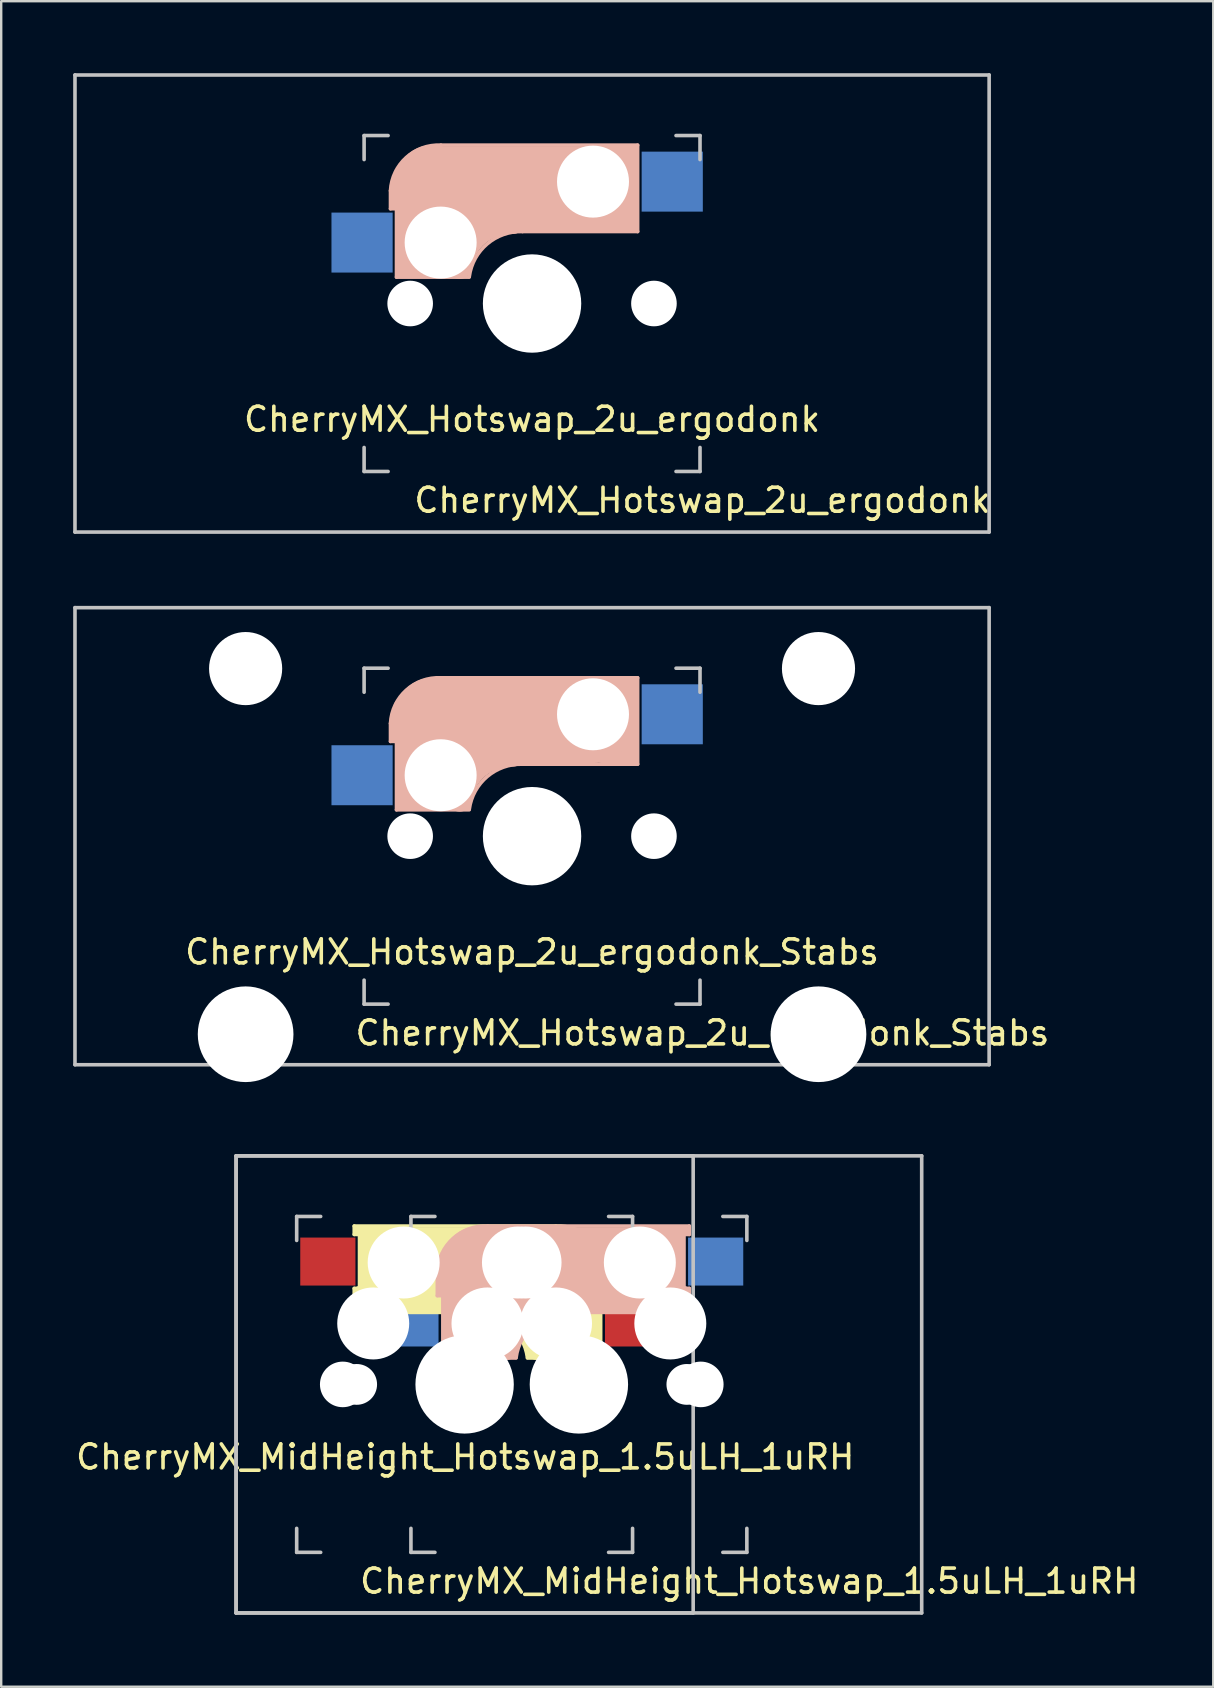
<source format=kicad_pcb>
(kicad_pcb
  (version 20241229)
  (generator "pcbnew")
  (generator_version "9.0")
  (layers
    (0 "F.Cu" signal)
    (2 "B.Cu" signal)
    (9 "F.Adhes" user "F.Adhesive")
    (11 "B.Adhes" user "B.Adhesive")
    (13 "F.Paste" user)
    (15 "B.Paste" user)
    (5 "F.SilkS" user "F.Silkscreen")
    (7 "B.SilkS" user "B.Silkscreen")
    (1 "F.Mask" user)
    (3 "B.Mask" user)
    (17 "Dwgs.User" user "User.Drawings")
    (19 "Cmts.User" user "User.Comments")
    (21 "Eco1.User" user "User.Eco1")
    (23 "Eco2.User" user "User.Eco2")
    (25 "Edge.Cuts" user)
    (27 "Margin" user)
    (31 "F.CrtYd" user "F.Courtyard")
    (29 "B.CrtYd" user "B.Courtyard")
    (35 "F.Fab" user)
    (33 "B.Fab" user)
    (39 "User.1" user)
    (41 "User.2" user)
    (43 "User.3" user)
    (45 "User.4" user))
  (footprint "CherryMX_MidHeight_Hotswap_1.5uLH_1uRH"
    (layer "F.Cu")
    (at 21.077 54.649)
    (property "Reference" "CherryMX_MidHeight_Hotswap_1.5uLH_1uRH" (at 7.1 8.2 0) (layer "F.SilkS") (effects (font (size 1 1) (thickness 0.15))))
    (attr through_hole)
    (fp_line (start -9.363 -6.6) (end -0.963 -6.6) (stroke (width 0.15) (type solid)) (layer "F.SilkS"))
    (fp_line (start -9.363 -6.25) (end -9.363 -6.6) (stroke (width 0.15) (type solid)) (layer "F.SilkS"))
    (fp_line (start -9.363 -4) (end -9.162 -4) (stroke (width 0.15) (type solid)) (layer "F.SilkS"))
    (fp_line (start -9.363 -3) (end -9.363 -4) (stroke (width 0.15) (type solid)) (layer "F.SilkS"))
    (fp_line (start -9.162 -6.4) (end -7.763 -6.4) (stroke (width 0.4) (type solid)) (layer "F.SilkS"))
    (fp_line (start -9.162 -6.25) (end -9.363 -6.25) (stroke (width 0.15) (type solid)) (layer "F.SilkS"))
    (fp_line (start -9.162 -3.9) (end -9.162 -3.2) (stroke (width 0.4) (type solid)) (layer "F.SilkS"))
    (fp_line (start -9.143 -4) (end -9.143 -6.25) (stroke (width 0.15) (type solid)) (layer "F.SilkS"))
    (fp_line (start -9.062 -3.3) (end -7.662 -3.3) (stroke (width 0.5) (type solid)) (layer "F.SilkS"))
    (fp_line (start -8.662 -6) (end -8.662 -3.5) (stroke (width 1) (type solid)) (layer "F.SilkS"))
    (fp_line (start -7.362 -4.8) (end -0.662 -4.8) (stroke (width 3.5) (type solid)) (layer "F.SilkS"))
    (fp_line (start -4.362 -3) (end -9.363 -3) (stroke (width 0.15) (type solid)) (layer "F.SilkS"))
    (fp_line (start -0.593 -5.1) (end -0.593 -2.86) (stroke (width 3) (type solid)) (layer "F.SilkS"))
    (fp_line (start 0.537 -1.6) (end 0.537 -3.4) (stroke (width 0.8) (type solid)) (layer "F.SilkS"))
    (fp_line (start 0.907 -3.7) (end 0.907 -1.46) (stroke (width 0.15) (type solid)) (layer "F.SilkS"))
    (fp_line (start 0.938 -1.46) (end 1.137 -1.46) (stroke (width 0.15) (type solid)) (layer "F.SilkS"))
    (fp_line (start 0.938 -1.3) (end -1.762 -1.3) (stroke (width 0.5) (type solid)) (layer "F.SilkS"))
    (fp_line (start 1.037 -3.8) (end 1.038 -4.7) (stroke (width 0.3) (type solid)) (layer "F.SilkS"))
    (fp_line (start 1.137 -4.7) (end 1.137 -3.7) (stroke (width 0.15) (type solid)) (layer "F.SilkS"))
    (fp_line (start 1.137 -3.7) (end 0.938 -3.7) (stroke (width 0.15) (type solid)) (layer "F.SilkS"))
    (fp_line (start 1.137 -1.1) (end -2.143 -1.1) (stroke (width 0.15) (type solid)) (layer "F.SilkS"))
    (fp_line (start 1.137 -1.1) (end 1.137 -1.46) (stroke (width 0.15) (type solid)) (layer "F.SilkS"))
    (fp_arc (start -4.3625 -3) (mid -2.893791 -2.486118) (end -2.146182 -1.121471) (stroke (width 0.15) (type solid)) (layer "F.SilkS"))
    (fp_arc (start -3.9625 -3.4) (mid -2.493791 -2.886118) (end -1.746182 -1.521471) (stroke (width 1) (type solid)) (layer "F.SilkS"))
    (fp_arc (start -0.9625 -6.600001) (mid 0.481004 -6.084925) (end 1.137501 -4.7) (stroke (width 0.15) (type solid)) (layer "F.SilkS"))
    (fp_line (start -5.9 -4.7) (end -5.9 -3.7) (stroke (width 0.15) (type solid)) (layer "B.SilkS"))
    (fp_line (start -5.9 -3.7) (end -5.7 -3.7) (stroke (width 0.15) (type solid)) (layer "B.SilkS"))
    (fp_line (start -5.9 -1.1) (end -5.9 -1.46) (stroke (width 0.15) (type solid)) (layer "B.SilkS"))
    (fp_line (start -5.9 -1.1) (end -2.62 -1.1) (stroke (width 0.15) (type solid)) (layer "B.SilkS"))
    (fp_line (start -5.8 -3.8) (end -5.8 -4.7) (stroke (width 0.3) (type solid)) (layer "B.SilkS"))
    (fp_line (start -5.7 -1.46) (end -5.9 -1.46) (stroke (width 0.15) (type solid)) (layer "B.SilkS"))
    (fp_line (start -5.7 -1.3) (end -3 -1.3) (stroke (width 0.5) (type solid)) (layer "B.SilkS"))
    (fp_line (start -5.67 -3.7) (end -5.67 -1.46) (stroke (width 0.15) (type solid)) (layer "B.SilkS"))
    (fp_line (start -5.3 -1.6) (end -5.3 -3.4) (stroke (width 0.8) (type solid)) (layer "B.SilkS"))
    (fp_line (start -4.17 -5.1) (end -4.17 -2.86) (stroke (width 3) (type solid)) (layer "B.SilkS"))
    (fp_line (start -0.4 -3) (end 4.6 -3) (stroke (width 0.15) (type solid)) (layer "B.SilkS"))
    (fp_line (start 2.6 -4.8) (end -4.1 -4.8) (stroke (width 3.5) (type solid)) (layer "B.SilkS"))
    (fp_line (start 3.9 -6) (end 3.9 -3.5) (stroke (width 1) (type solid)) (layer "B.SilkS"))
    (fp_line (start 4.3 -3.3) (end 2.9 -3.3) (stroke (width 0.5) (type solid)) (layer "B.SilkS"))
    (fp_line (start 4.38 -4) (end 4.38 -6.25) (stroke (width 0.15) (type solid)) (layer "B.SilkS"))
    (fp_line (start 4.4 -6.4) (end 3 -6.4) (stroke (width 0.4) (type solid)) (layer "B.SilkS"))
    (fp_line (start 4.4 -6.25) (end 4.6 -6.25) (stroke (width 0.15) (type solid)) (layer "B.SilkS"))
    (fp_line (start 4.4 -3.9) (end 4.4 -3.2) (stroke (width 0.4) (type solid)) (layer "B.SilkS"))
    (fp_line (start 4.6 -6.6) (end -3.8 -6.6) (stroke (width 0.15) (type solid)) (layer "B.SilkS"))
    (fp_line (start 4.6 -6.25) (end 4.6 -6.6) (stroke (width 0.15) (type solid)) (layer "B.SilkS"))
    (fp_line (start 4.6 -4) (end 4.4 -4) (stroke (width 0.15) (type solid)) (layer "B.SilkS"))
    (fp_line (start 4.6 -3) (end 4.6 -4) (stroke (width 0.15) (type solid)) (layer "B.SilkS"))
    (fp_arc (start -5.9 -4.699999) (mid -5.243504 -6.084924) (end -3.800001 -6.6) (stroke (width 0.15) (type solid)) (layer "B.SilkS"))
    (fp_arc (start -3.016318 -1.521471) (mid -2.268709 -2.886118) (end -0.8 -3.4) (stroke (width 1) (type solid)) (layer "B.SilkS"))
    (fp_arc (start -2.616318 -1.121471) (mid -1.868709 -2.486118) (end -0.4 -3) (stroke (width 0.15) (type solid)) (layer "B.SilkS"))
    (fp_line (start -14.287 -9.525) (end 4.763 -9.525) (stroke (width 0.15) (type solid)) (layer "Dwgs.User"))
    (fp_line (start -14.287 -9.525) (end 14.287 -9.525) (stroke (width 0.15) (type solid)) (layer "Dwgs.User"))
    (fp_line (start -14.287 9.525) (end -14.287 -9.525) (stroke (width 0.15) (type solid)) (layer "Dwgs.User"))
    (fp_line (start -14.287 9.525) (end -14.287 -9.525) (stroke (width 0.15) (type solid)) (layer "Dwgs.User"))
    (fp_line (start -11.762 -7) (end -10.762 -7) (stroke (width 0.15) (type solid)) (layer "Dwgs.User"))
    (fp_line (start -11.762 -6) (end -11.762 -7) (stroke (width 0.15) (type solid)) (layer "Dwgs.User"))
    (fp_line (start -11.762 6) (end -11.762 7) (stroke (width 0.15) (type solid)) (layer "Dwgs.User"))
    (fp_line (start -11.762 7) (end -10.762 7) (stroke (width 0.15) (type solid)) (layer "Dwgs.User"))
    (fp_line (start -7 -7) (end -6 -7) (stroke (width 0.15) (type solid)) (layer "Dwgs.User"))
    (fp_line (start -7 -6) (end -7 -7) (stroke (width 0.15) (type solid)) (layer "Dwgs.User"))
    (fp_line (start -7 6) (end -7 7) (stroke (width 0.15) (type solid)) (layer "Dwgs.User"))
    (fp_line (start -7 7) (end -6 7) (stroke (width 0.15) (type solid)) (layer "Dwgs.User"))
    (fp_line (start 1.238 7) (end 2.237 7) (stroke (width 0.15) (type solid)) (layer "Dwgs.User"))
    (fp_line (start 2.237 -7) (end 1.238 -7) (stroke (width 0.15) (type solid)) (layer "Dwgs.User"))
    (fp_line (start 2.237 -7) (end 2.237 -6) (stroke (width 0.15) (type solid)) (layer "Dwgs.User"))
    (fp_line (start 2.237 7) (end 2.237 6) (stroke (width 0.15) (type solid)) (layer "Dwgs.User"))
    (fp_line (start 4.763 -9.525) (end 4.763 9.525) (stroke (width 0.15) (type solid)) (layer "Dwgs.User"))
    (fp_line (start 4.763 9.525) (end -14.287 9.525) (stroke (width 0.15) (type solid)) (layer "Dwgs.User"))
    (fp_line (start 6 7) (end 7 7) (stroke (width 0.15) (type solid)) (layer "Dwgs.User"))
    (fp_line (start 7 -7) (end 6 -7) (stroke (width 0.15) (type solid)) (layer "Dwgs.User"))
    (fp_line (start 7 -7) (end 7 -6) (stroke (width 0.15) (type solid)) (layer "Dwgs.User"))
    (fp_line (start 7 7) (end 7 6) (stroke (width 0.15) (type solid)) (layer "Dwgs.User"))
    (fp_line (start 14.287 -9.525) (end 14.287 9.525) (stroke (width 0.15) (type solid)) (layer "Dwgs.User"))
    (fp_line (start 14.287 9.525) (end -14.287 9.525) (stroke (width 0.15) (type solid)) (layer "Dwgs.User"))
    (fp_text user "${REFERENCE}" (at -4.737 3.025 0) (layer "F.SilkS") (effects (font (size 1 1) (thickness 0.15))))
    (pad "" np_thru_hole circle (at -9.842 0) (size 1.9 1.9) (drill 1.9) (layers "*.Cu" "*.Mask"))
    (pad "" np_thru_hole circle (at -9.262 0) (size 1.7 1.7) (drill 1.7) (layers "*.Cu" "*.Mask"))
    (pad "" np_thru_hole circle (at -8.572 -2.54 180) (size 3 3) (drill 3) (layers "*.Cu" "*.Mask"))
    (pad "" np_thru_hole circle (at -7.303 -5.08 180) (size 3 3) (drill 3) (layers "*.Cu" "*.Mask"))
    (pad "" np_thru_hole circle (at -5.08 0) (size 1.9 1.9) (drill 1.9) (layers "*.Cu" "*.Mask"))
    (pad "" np_thru_hole circle (at -4.763 0 90) (size 4.1 4.1) (drill 4.1) (layers "*.Cu" "*.Mask"))
    (pad "" np_thru_hole circle (at -4.5 0) (size 1.7 1.7) (drill 1.7) (layers "*.Cu" "*.Mask"))
    (pad "" np_thru_hole circle (at -3.81 -2.54 180) (size 3 3) (drill 3) (layers "*.Cu" "*.Mask"))
    (pad "" np_thru_hole circle (at -2.54 -5.08 180) (size 3 3) (drill 3) (layers "*.Cu" "*.Mask"))
    (pad "" np_thru_hole circle (at -2.223 -5.08 180) (size 3 3) (drill 3) (layers "*.Cu" "*.Mask"))
    (pad "" np_thru_hole circle (at -0.953 -2.54 180) (size 3 3) (drill 3) (layers "*.Cu" "*.Mask"))
    (pad "" np_thru_hole circle (at -0.263 0) (size 1.7 1.7) (drill 1.7) (layers "*.Cu" "*.Mask"))
    (pad "" np_thru_hole circle (at 0 0 90) (size 4.1 4.1) (drill 4.1) (layers "*.Cu" "*.Mask"))
    (pad "" np_thru_hole circle (at 0.318 0) (size 1.9 1.9) (drill 1.9) (layers "*.Cu" "*.Mask"))
    (pad "" np_thru_hole circle (at 2.54 -5.08 180) (size 3 3) (drill 3) (layers "*.Cu" "*.Mask"))
    (pad "" np_thru_hole circle (at 3.81 -2.54 180) (size 3 3) (drill 3) (layers "*.Cu" "*.Mask"))
    (pad "" np_thru_hole circle (at 4.5 0) (size 1.7 1.7) (drill 1.7) (layers "*.Cu" "*.Mask"))
    (pad "" np_thru_hole circle (at 5.08 0) (size 1.9 1.9) (drill 1.9) (layers "*.Cu" "*.Mask"))
    (pad "1" smd rect (at -7 -2.58 180) (size 2.3 2) (layers "B.Cu" "B.Mask" "B.Paste"))
    (pad "1" smd rect (at 2.237 -2.58 180) (size 2.3 2) (layers "F.Cu" "F.Mask" "F.Paste"))
    (pad "2" smd rect (at -10.463 -5.12 180) (size 2.3 2) (layers "F.Cu" "F.Mask" "F.Paste"))
    (pad "2" smd rect (at 5.7 -5.12 180) (size 2.3 2) (layers "B.Cu" "B.Mask" "B.Paste")))
  (footprint "CherryMX_Hotswap_2u_ergodonk_Stabs"
    (layer "F.Cu")
    (at 19.125 31.8)
    (property "Reference" "CherryMX_Hotswap_2u_ergodonk_Stabs" (at 7.1 8.2 0) (layer "F.SilkS") (effects (font (size 1 1) (thickness 0.15))))
    (attr through_hole)
    (fp_line (start -5.9 -4.7) (end -5.9 -3.95) (stroke (width 0.15) (type solid)) (layer "B.SilkS"))
    (fp_line (start -5.9 -3.95) (end -5.7 -3.95) (stroke (width 0.15) (type solid)) (layer "B.SilkS"))
    (fp_line (start -5.8 -4.05) (end -5.8 -4.7) (stroke (width 0.3) (type solid)) (layer "B.SilkS"))
    (fp_line (start -5.65 -5.55) (end -5.65 -1.1) (stroke (width 0.15) (type solid)) (layer "B.SilkS"))
    (fp_line (start -5.65 -1.1) (end -2.62 -1.1) (stroke (width 0.15) (type solid)) (layer "B.SilkS"))
    (fp_line (start -5.45 -1.3) (end -3 -1.3) (stroke (width 0.5) (type solid)) (layer "B.SilkS"))
    (fp_line (start -5.3 -1.6) (end -5.3 -3.4) (stroke (width 0.8) (type solid)) (layer "B.SilkS"))
    (fp_line (start -4.17 -5.1) (end -4.17 -2.86) (stroke (width 3) (type solid)) (layer "B.SilkS"))
    (fp_line (start -0.4 -3) (end 4.4 -3) (stroke (width 0.15) (type solid)) (layer "B.SilkS"))
    (fp_line (start 2.6 -4.8) (end -4.1 -4.8) (stroke (width 3.5) (type solid)) (layer "B.SilkS"))
    (fp_line (start 3.9 -6) (end 3.9 -3.5) (stroke (width 1) (type solid)) (layer "B.SilkS"))
    (fp_line (start 4.2 -3.25) (end 2.9 -3.3) (stroke (width 0.5) (type solid)) (layer "B.SilkS"))
    (fp_line (start 4.25 -6.4) (end 3 -6.4) (stroke (width 0.4) (type solid)) (layer "B.SilkS"))
    (fp_line (start 4.38 -4) (end 4.38 -6.25) (stroke (width 0.15) (type solid)) (layer "B.SilkS"))
    (fp_line (start 4.4 -6.6) (end -3.8 -6.6) (stroke (width 0.15) (type solid)) (layer "B.SilkS"))
    (fp_line (start 4.4 -3) (end 4.4 -6.6) (stroke (width 0.15) (type solid)) (layer "B.SilkS"))
    (fp_arc (start -5.9 -4.699999) (mid -5.243504 -6.084924) (end -3.800001 -6.6) (stroke (width 0.15) (type solid)) (layer "B.SilkS"))
    (fp_arc (start -3.016318 -1.521471) (mid -2.268709 -2.886118) (end -0.8 -3.4) (stroke (width 1) (type solid)) (layer "B.SilkS"))
    (fp_arc (start -2.616318 -1.121471) (mid -1.868709 -2.486118) (end -0.4 -3) (stroke (width 0.15) (type solid)) (layer "B.SilkS"))
    (fp_line (start -19.05 -9.525) (end 19.05 -9.525) (stroke (width 0.15) (type solid)) (layer "Dwgs.User"))
    (fp_line (start -19.05 9.525) (end -19.05 -9.525) (stroke (width 0.15) (type solid)) (layer "Dwgs.User"))
    (fp_line (start -7 -7) (end -6 -7) (stroke (width 0.15) (type solid)) (layer "Dwgs.User"))
    (fp_line (start -7 -6) (end -7 -7) (stroke (width 0.15) (type solid)) (layer "Dwgs.User"))
    (fp_line (start -7 6) (end -7 7) (stroke (width 0.15) (type solid)) (layer "Dwgs.User"))
    (fp_line (start -7 7) (end -6 7) (stroke (width 0.15) (type solid)) (layer "Dwgs.User"))
    (fp_line (start 6 7) (end 7 7) (stroke (width 0.15) (type solid)) (layer "Dwgs.User"))
    (fp_line (start 7 -7) (end 6 -7) (stroke (width 0.15) (type solid)) (layer "Dwgs.User"))
    (fp_line (start 7 -7) (end 7 -6) (stroke (width 0.15) (type solid)) (layer "Dwgs.User"))
    (fp_line (start 7 7) (end 7 6) (stroke (width 0.15) (type solid)) (layer "Dwgs.User"))
    (fp_line (start 19.05 -9.525) (end 19.05 9.525) (stroke (width 0.15) (type solid)) (layer "Dwgs.User"))
    (fp_line (start 19.05 9.525) (end -19.05 9.525) (stroke (width 0.15) (type solid)) (layer "Dwgs.User"))
    (fp_text user "${REFERENCE}" (at 0 4.826 0) (layer "F.SilkS") (effects (font (size 1 1) (thickness 0.15))))
    (pad "" np_thru_hole circle (at -11.938 -6.985 180) (size 3.048 3.048) (drill 3.048) (layers "*.Cu" "*.Mask"))
    (pad "" np_thru_hole circle (at -11.938 8.255 180) (size 3.988 3.988) (drill 3.988) (layers "*.Cu" "*.Mask"))
    (pad "" np_thru_hole circle (at -5.08 0) (size 1.9 1.9) (drill 1.9) (layers "*.Cu" "*.Mask"))
    (pad "" np_thru_hole circle (at -3.81 -2.54) (size 3 3) (drill 3) (layers "*.Cu" "*.Mask"))
    (pad "" np_thru_hole circle (at 0 0 90) (size 4.1 4.1) (drill 4.1) (layers "*.Cu" "*.Mask"))
    (pad "" np_thru_hole circle (at 2.54 -5.08) (size 3 3) (drill 3) (layers "*.Cu" "*.Mask"))
    (pad "" np_thru_hole circle (at 5.08 0) (size 1.9 1.9) (drill 1.9) (layers "*.Cu" "*.Mask"))
    (pad "" np_thru_hole circle (at 11.938 -6.985 180) (size 3.048 3.048) (drill 3.048) (layers "*.Cu" "*.Mask"))
    (pad "" np_thru_hole circle (at 11.938 8.255 180) (size 3.988 3.988) (drill 3.988) (layers "*.Cu" "*.Mask"))
    (pad "1" smd rect (at -7.085 -2.54 180) (size 2.55 2.5) (layers "B.Cu" "B.Mask" "B.Paste"))
    (pad "2" smd rect (at 5.842 -5.08 180) (size 2.55 2.5) (layers "B.Cu" "B.Mask" "B.Paste")))
  (footprint "CherryMX_Hotswap_2u_ergodonk"
    (layer "F.Cu")
    (at 19.125 9.6)
    (property "Reference" "CherryMX_Hotswap_2u_ergodonk" (at 7.1 8.2 0) (layer "F.SilkS") (effects (font (size 1 1) (thickness 0.15))))
    (attr through_hole)
    (fp_line (start -5.9 -4.7) (end -5.9 -3.95) (stroke (width 0.15) (type solid)) (layer "B.SilkS"))
    (fp_line (start -5.9 -3.95) (end -5.7 -3.95) (stroke (width 0.15) (type solid)) (layer "B.SilkS"))
    (fp_line (start -5.8 -4.05) (end -5.8 -4.7) (stroke (width 0.3) (type solid)) (layer "B.SilkS"))
    (fp_line (start -5.65 -5.55) (end -5.65 -1.1) (stroke (width 0.15) (type solid)) (layer "B.SilkS"))
    (fp_line (start -5.65 -1.1) (end -2.62 -1.1) (stroke (width 0.15) (type solid)) (layer "B.SilkS"))
    (fp_line (start -5.45 -1.3) (end -3 -1.3) (stroke (width 0.5) (type solid)) (layer "B.SilkS"))
    (fp_line (start -5.3 -1.6) (end -5.3 -3.4) (stroke (width 0.8) (type solid)) (layer "B.SilkS"))
    (fp_line (start -4.17 -5.1) (end -4.17 -2.86) (stroke (width 3) (type solid)) (layer "B.SilkS"))
    (fp_line (start -0.4 -3) (end 4.4 -3) (stroke (width 0.15) (type solid)) (layer "B.SilkS"))
    (fp_line (start 2.6 -4.8) (end -4.1 -4.8) (stroke (width 3.5) (type solid)) (layer "B.SilkS"))
    (fp_line (start 3.9 -6) (end 3.9 -3.5) (stroke (width 1) (type solid)) (layer "B.SilkS"))
    (fp_line (start 4.2 -3.25) (end 2.9 -3.3) (stroke (width 0.5) (type solid)) (layer "B.SilkS"))
    (fp_line (start 4.25 -6.4) (end 3 -6.4) (stroke (width 0.4) (type solid)) (layer "B.SilkS"))
    (fp_line (start 4.38 -4) (end 4.38 -6.25) (stroke (width 0.15) (type solid)) (layer "B.SilkS"))
    (fp_line (start 4.4 -6.6) (end -3.8 -6.6) (stroke (width 0.15) (type solid)) (layer "B.SilkS"))
    (fp_line (start 4.4 -3) (end 4.4 -6.6) (stroke (width 0.15) (type solid)) (layer "B.SilkS"))
    (fp_arc (start -5.9 -4.699999) (mid -5.243504 -6.084924) (end -3.800001 -6.6) (stroke (width 0.15) (type solid)) (layer "B.SilkS"))
    (fp_arc (start -3.016318 -1.521471) (mid -2.268709 -2.886118) (end -0.8 -3.4) (stroke (width 1) (type solid)) (layer "B.SilkS"))
    (fp_arc (start -2.616318 -1.121471) (mid -1.868709 -2.486118) (end -0.4 -3) (stroke (width 0.15) (type solid)) (layer "B.SilkS"))
    (fp_line (start -19.05 -9.525) (end 19.05 -9.525) (stroke (width 0.15) (type solid)) (layer "Dwgs.User"))
    (fp_line (start -19.05 9.525) (end -19.05 -9.525) (stroke (width 0.15) (type solid)) (layer "Dwgs.User"))
    (fp_line (start -7 -7) (end -6 -7) (stroke (width 0.15) (type solid)) (layer "Dwgs.User"))
    (fp_line (start -7 -6) (end -7 -7) (stroke (width 0.15) (type solid)) (layer "Dwgs.User"))
    (fp_line (start -7 6) (end -7 7) (stroke (width 0.15) (type solid)) (layer "Dwgs.User"))
    (fp_line (start -7 7) (end -6 7) (stroke (width 0.15) (type solid)) (layer "Dwgs.User"))
    (fp_line (start 6 7) (end 7 7) (stroke (width 0.15) (type solid)) (layer "Dwgs.User"))
    (fp_line (start 7 -7) (end 6 -7) (stroke (width 0.15) (type solid)) (layer "Dwgs.User"))
    (fp_line (start 7 -7) (end 7 -6) (stroke (width 0.15) (type solid)) (layer "Dwgs.User"))
    (fp_line (start 7 7) (end 7 6) (stroke (width 0.15) (type solid)) (layer "Dwgs.User"))
    (fp_line (start 19.05 -9.525) (end 19.05 9.525) (stroke (width 0.15) (type solid)) (layer "Dwgs.User"))
    (fp_line (start 19.05 9.525) (end -19.05 9.525) (stroke (width 0.15) (type solid)) (layer "Dwgs.User"))
    (fp_text user "${REFERENCE}" (at 0 4.826 0) (layer "F.SilkS") (effects (font (size 1 1) (thickness 0.15))))
    (pad "" np_thru_hole circle (at -5.08 0) (size 1.9 1.9) (drill 1.9) (layers "*.Cu" "*.Mask"))
    (pad "" np_thru_hole circle (at -3.81 -2.54) (size 3 3) (drill 3) (layers "*.Cu" "*.Mask"))
    (pad "" np_thru_hole circle (at 0 0 90) (size 4.1 4.1) (drill 4.1) (layers "*.Cu" "*.Mask"))
    (pad "" np_thru_hole circle (at 2.54 -5.08) (size 3 3) (drill 3) (layers "*.Cu" "*.Mask"))
    (pad "" np_thru_hole circle (at 5.08 0) (size 1.9 1.9) (drill 1.9) (layers "*.Cu" "*.Mask"))
    (pad "1" smd rect (at -7.085 -2.54 180) (size 2.55 2.5) (layers "B.Cu" "B.Mask" "B.Paste"))
    (pad "2" smd rect (at 5.842 -5.08 180) (size 2.55 2.5) (layers "B.Cu" "B.Mask" "B.Paste")))
  (gr_rect
    (start -3 -3)
    (end 47.516 67.249)
    (stroke (width 0.1) (type default))
    (fill no)
    (layer "Edge.Cuts")))
</source>
